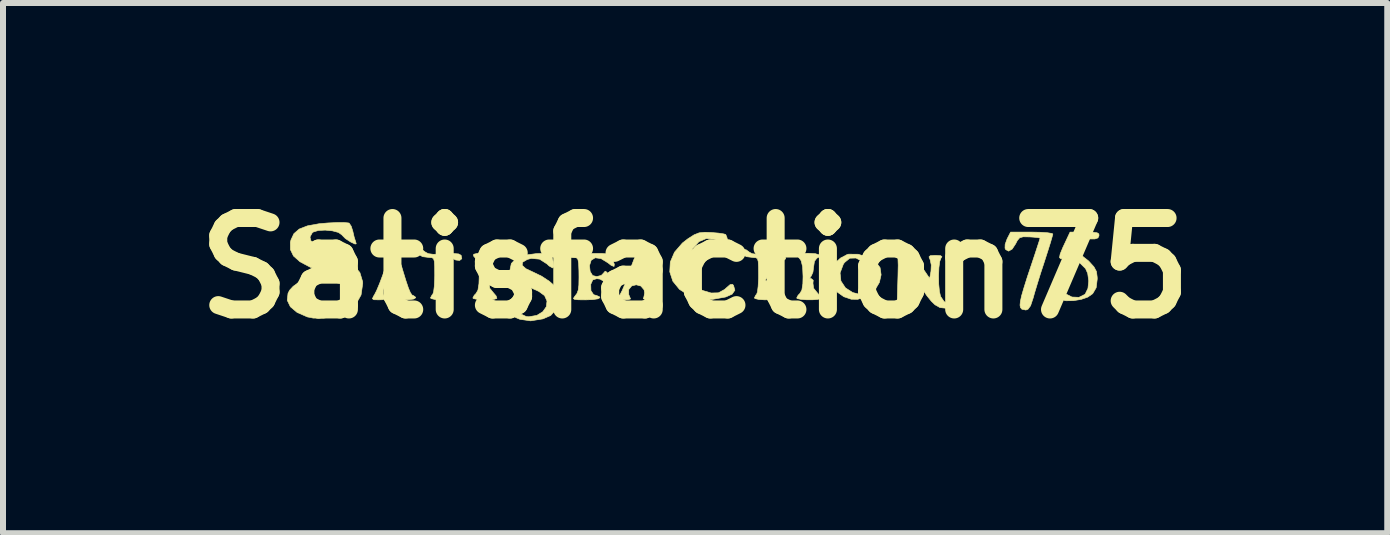
<source format=kicad_pcb>
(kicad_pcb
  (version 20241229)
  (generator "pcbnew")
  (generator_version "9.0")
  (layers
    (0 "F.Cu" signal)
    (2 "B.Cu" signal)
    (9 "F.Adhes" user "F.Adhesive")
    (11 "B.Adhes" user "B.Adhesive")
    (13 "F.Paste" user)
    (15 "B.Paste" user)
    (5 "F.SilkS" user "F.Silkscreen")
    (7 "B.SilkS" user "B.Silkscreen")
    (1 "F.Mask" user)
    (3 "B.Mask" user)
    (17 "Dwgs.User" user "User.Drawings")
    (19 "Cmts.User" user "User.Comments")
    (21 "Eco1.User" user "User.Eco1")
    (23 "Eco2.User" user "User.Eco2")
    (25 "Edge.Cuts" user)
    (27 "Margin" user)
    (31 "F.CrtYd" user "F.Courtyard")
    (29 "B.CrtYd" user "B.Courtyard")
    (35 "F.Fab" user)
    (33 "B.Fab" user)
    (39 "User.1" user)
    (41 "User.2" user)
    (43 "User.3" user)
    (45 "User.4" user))
  (footprint "Satisfaction75"
    (layer "F.Cu")
    (at 8.534 1.418)
    (property "Reference" "Satisfaction75" (at 0 0 0) (layer "F.SilkS") (effects (font (size 1.524 1.524) (thickness 0.3))))
    (attr through_hole)
    (fp_poly (pts (xy -3.392 -0.24) (xy -3.326 -0.22) (xy -3.319 -0.193) (xy -3.369 -0.164) (xy -3.409 -0.113) (xy -3.422 -0.026) (xy -3.434 0.068) (xy -3.463 0.133) (xy -3.464 0.134) (xy -3.488 0.169) (xy -3.46 0.176) (xy -3.429 0.203) (xy -3.433 0.251) (xy -3.422 0.336) (xy -3.367 0.404) (xy -3.316 0.464) (xy -3.303 0.504) (xy -3.305 0.506) (xy -3.351 0.521) (xy -3.438 0.528) (xy -3.539 0.528) (xy -3.633 0.521) (xy -3.693 0.508) (xy -3.704 0.498) (xy -3.68 0.452) (xy -3.651 0.423) (xy -3.619 0.367) (xy -3.602 0.26) (xy -3.598 0.139) (xy -3.606 -0.021) (xy -3.63 -0.121) (xy -3.651 -0.154) (xy -3.693 -0.203) (xy -3.69 -0.231) (xy -3.634 -0.244) (xy -3.516 -0.247) (xy -3.51 -0.247) (xy -3.392 -0.24)) (stroke (width 0.01) (type solid)) (fill yes) (layer "F.SilkS"))
    (fp_poly (pts (xy 2.005 -0.24) (xy 2.071 -0.22) (xy 2.079 -0.193) (xy 2.028 -0.164) (xy 1.989 -0.113) (xy 1.976 -0.026) (xy 1.964 0.068) (xy 1.935 0.133) (xy 1.933 0.134) (xy 1.91 0.169) (xy 1.937 0.176) (xy 1.969 0.203) (xy 1.964 0.251) (xy 1.975 0.336) (xy 2.03 0.404) (xy 2.082 0.464) (xy 2.094 0.504) (xy 2.093 0.506) (xy 2.046 0.521) (xy 1.96 0.528) (xy 1.858 0.528) (xy 1.765 0.521) (xy 1.704 0.508) (xy 1.693 0.498) (xy 1.717 0.452) (xy 1.746 0.423) (xy 1.779 0.367) (xy 1.796 0.26) (xy 1.799 0.139) (xy 1.792 -0.021) (xy 1.768 -0.121) (xy 1.746 -0.154) (xy 1.704 -0.203) (xy 1.707 -0.231) (xy 1.764 -0.244) (xy 1.882 -0.247) (xy 1.887 -0.247) (xy 2.005 -0.24)) (stroke (width 0.01) (type solid)) (fill yes) (layer "F.SilkS"))
    (fp_poly (pts (xy 2.717 -0.231) (xy 2.885 -0.179) (xy 3.014 -0.101) (xy 3.083 -0.007) (xy 3.1 0.112) (xy 3.071 0.239) (xy 3 0.358) (xy 2.892 0.452) (xy 2.84 0.478) (xy 2.712 0.52) (xy 2.603 0.519) (xy 2.479 0.477) (xy 2.374 0.403) (xy 2.284 0.293) (xy 2.23 0.172) (xy 2.223 0.116) (xy 2.234 0.08) (xy 2.416 0.08) (xy 2.43 0.215) (xy 2.506 0.33) (xy 2.626 0.407) (xy 2.737 0.436) (xy 2.813 0.406) (xy 2.86 0.328) (xy 2.882 0.234) (xy 2.893 0.119) (xy 2.893 0.106) (xy 2.878 -0.005) (xy 2.824 -0.083) (xy 2.8 -0.103) (xy 2.681 -0.168) (xy 2.577 -0.165) (xy 2.489 -0.092) (xy 2.469 -0.062) (xy 2.416 0.08) (xy 2.234 0.08) (xy 2.252 0.023) (xy 2.325 -0.079) (xy 2.425 -0.168) (xy 2.53 -0.224) (xy 2.558 -0.232) (xy 2.717 -0.231)) (stroke (width 0.01) (type solid)) (fill yes) (layer "F.SilkS"))
    (fp_poly (pts (xy 0.272 -0.593) (xy 0.39 -0.583) (xy 0.476 -0.57) (xy 0.51 -0.56) (xy 0.529 -0.516) (xy 0.55 -0.433) (xy 0.552 -0.421) (xy 0.577 -0.301) (xy 0.462 -0.397) (xy 0.323 -0.48) (xy 0.188 -0.493) (xy 0.064 -0.441) (xy -0.041 -0.325) (xy -0.091 -0.227) (xy -0.132 -0.1) (xy -0.134 0.015) (xy -0.095 0.149) (xy -0.085 0.173) (xy -0.023 0.282) (xy 0.07 0.351) (xy 0.109 0.368) (xy 0.267 0.415) (xy 0.389 0.412) (xy 0.492 0.356) (xy 0.518 0.332) (xy 0.584 0.275) (xy 0.623 0.27) (xy 0.64 0.288) (xy 0.663 0.368) (xy 0.617 0.434) (xy 0.511 0.481) (xy 0.29 0.521) (xy 0.074 0.511) (xy -0.09 0.463) (xy -0.26 0.354) (xy -0.371 0.218) (xy -0.422 0.062) (xy -0.413 -0.102) (xy -0.343 -0.265) (xy -0.212 -0.417) (xy -0.121 -0.488) (xy -0.016 -0.555) (xy 0.068 -0.588) (xy 0.163 -0.597) (xy 0.272 -0.593)) (stroke (width 0.01) (type solid)) (fill yes) (layer "F.SilkS"))
    (fp_poly (pts (xy 5.758 -0.597) (xy 5.875 -0.589) (xy 5.947 -0.577) (xy 5.962 -0.568) (xy 5.951 -0.525) (xy 5.923 -0.428) (xy 5.88 -0.291) (xy 5.828 -0.129) (xy 5.819 -0.101) (xy 5.759 0.082) (xy 5.704 0.259) (xy 5.659 0.408) (xy 5.63 0.511) (xy 5.629 0.512) (xy 5.591 0.627) (xy 5.548 0.685) (xy 5.513 0.699) (xy 5.446 0.685) (xy 5.422 0.657) (xy 5.415 0.617) (xy 5.421 0.555) (xy 5.441 0.462) (xy 5.48 0.329) (xy 5.537 0.147) (xy 5.612 -0.077) (xy 5.665 -0.236) (xy 5.708 -0.368) (xy 5.738 -0.46) (xy 5.75 -0.5) (xy 5.75 -0.5) (xy 5.718 -0.508) (xy 5.637 -0.516) (xy 5.575 -0.52) (xy 5.469 -0.522) (xy 5.409 -0.506) (xy 5.37 -0.46) (xy 5.342 -0.405) (xy 5.284 -0.317) (xy 5.225 -0.283) (xy 5.177 -0.308) (xy 5.165 -0.332) (xy 5.167 -0.395) (xy 5.198 -0.482) (xy 5.202 -0.491) (xy 5.258 -0.6) (xy 5.61 -0.6) (xy 5.758 -0.597)) (stroke (width 0.01) (type solid)) (fill yes) (layer "F.SilkS"))
    (fp_poly (pts (xy -4.546 -0.305) (xy -4.496 -0.267) (xy -4.448 -0.241) (xy -4.366 -0.23) (xy -4.233 -0.233) (xy -4.186 -0.237) (xy -4.032 -0.244) (xy -3.94 -0.236) (xy -3.899 -0.213) (xy -3.888 -0.156) (xy -3.925 -0.127) (xy -3.99 -0.135) (xy -4.027 -0.155) (xy -4.101 -0.2) (xy -4.142 -0.198) (xy -4.16 -0.14) (xy -4.163 -0.042) (xy -4.171 0.067) (xy -4.192 0.148) (xy -4.205 0.169) (xy -4.23 0.204) (xy -4.205 0.212) (xy -4.175 0.242) (xy -4.163 0.318) (xy -4.163 0.319) (xy -4.146 0.405) (xy -4.11 0.446) (xy -4.058 0.478) (xy -4.071 0.505) (xy -4.14 0.524) (xy -4.233 0.529) (xy -4.334 0.523) (xy -4.398 0.508) (xy -4.41 0.496) (xy -4.384 0.448) (xy -4.374 0.441) (xy -4.358 0.398) (xy -4.346 0.302) (xy -4.34 0.172) (xy -4.339 0.121) (xy -4.34 -0.023) (xy -4.345 -0.111) (xy -4.359 -0.157) (xy -4.386 -0.174) (xy -4.424 -0.176) (xy -4.543 -0.191) (xy -4.61 -0.233) (xy -4.621 -0.268) (xy -4.6 -0.312) (xy -4.546 -0.305)) (stroke (width 0.01) (type solid)) (fill yes) (layer "F.SilkS"))
    (fp_poly (pts (xy 0.851 -0.305) (xy 0.902 -0.267) (xy 0.949 -0.241) (xy 1.032 -0.23) (xy 1.164 -0.233) (xy 1.212 -0.237) (xy 1.365 -0.244) (xy 1.458 -0.236) (xy 1.498 -0.213) (xy 1.51 -0.156) (xy 1.473 -0.127) (xy 1.407 -0.135) (xy 1.371 -0.155) (xy 1.296 -0.2) (xy 1.255 -0.198) (xy 1.238 -0.14) (xy 1.235 -0.042) (xy 1.226 0.067) (xy 1.205 0.148) (xy 1.192 0.169) (xy 1.168 0.204) (xy 1.192 0.212) (xy 1.222 0.242) (xy 1.235 0.318) (xy 1.235 0.319) (xy 1.251 0.405) (xy 1.288 0.446) (xy 1.339 0.478) (xy 1.327 0.505) (xy 1.257 0.524) (xy 1.164 0.529) (xy 1.064 0.523) (xy 1 0.508) (xy 0.988 0.496) (xy 1.013 0.448) (xy 1.023 0.441) (xy 1.039 0.398) (xy 1.051 0.302) (xy 1.058 0.172) (xy 1.058 0.121) (xy 1.057 -0.023) (xy 1.052 -0.111) (xy 1.038 -0.157) (xy 1.012 -0.174) (xy 0.973 -0.176) (xy 0.854 -0.191) (xy 0.787 -0.233) (xy 0.776 -0.268) (xy 0.798 -0.312) (xy 0.851 -0.305)) (stroke (width 0.01) (type solid)) (fill yes) (layer "F.SilkS"))
    (fp_poly (pts (xy 3.42 -0.359) (xy 3.513 -0.316) (xy 3.594 -0.248) (xy 3.688 -0.144) (xy 3.769 -0.035) (xy 3.909 0.173) (xy 3.931 0.052) (xy 3.936 -0.052) (xy 3.918 -0.137) (xy 3.916 -0.141) (xy 3.898 -0.187) (xy 3.92 -0.207) (xy 3.997 -0.212) (xy 4.01 -0.212) (xy 4.092 -0.207) (xy 4.114 -0.19) (xy 4.099 -0.169) (xy 4.077 -0.112) (xy 4.063 -0.006) (xy 4.058 0.127) (xy 4.06 0.266) (xy 4.072 0.39) (xy 4.091 0.472) (xy 4.146 0.553) (xy 4.223 0.614) (xy 4.322 0.667) (xy 4.185 0.669) (xy 4.081 0.658) (xy 3.998 0.611) (xy 3.938 0.553) (xy 3.865 0.463) (xy 3.777 0.337) (xy 3.692 0.202) (xy 3.687 0.193) (xy 3.545 -0.051) (xy 3.535 0.174) (xy 3.535 0.298) (xy 3.545 0.394) (xy 3.561 0.436) (xy 3.596 0.49) (xy 3.566 0.521) (xy 3.484 0.529) (xy 3.369 0.529) (xy 3.381 0.136) (xy 3.385 -0.049) (xy 3.38 -0.176) (xy 3.363 -0.255) (xy 3.329 -0.297) (xy 3.274 -0.314) (xy 3.217 -0.317) (xy 3.163 -0.33) (xy 3.157 -0.353) (xy 3.213 -0.383) (xy 3.309 -0.385) (xy 3.42 -0.359)) (stroke (width 0.01) (type solid)) (fill yes) (layer "F.SilkS"))
    (fp_poly (pts (xy 6.626 -0.598) (xy 6.699 -0.589) (xy 6.729 -0.57) (xy 6.731 -0.538) (xy 6.713 -0.503) (xy 6.664 -0.486) (xy 6.569 -0.486) (xy 6.524 -0.488) (xy 6.41 -0.492) (xy 6.346 -0.482) (xy 6.309 -0.45) (xy 6.286 -0.407) (xy 6.251 -0.313) (xy 6.257 -0.264) (xy 6.31 -0.248) (xy 6.337 -0.247) (xy 6.435 -0.215) (xy 6.554 -0.122) (xy 6.566 -0.11) (xy 6.648 -0.019) (xy 6.689 0.058) (xy 6.701 0.15) (xy 6.702 0.181) (xy 6.684 0.327) (xy 6.626 0.426) (xy 6.544 0.483) (xy 6.435 0.521) (xy 6.302 0.543) (xy 6.183 0.544) (xy 6.156 0.539) (xy 6.054 0.493) (xy 6.001 0.426) (xy 5.997 0.401) (xy 6.019 0.358) (xy 6.08 0.368) (xy 6.164 0.423) (xy 6.28 0.482) (xy 6.397 0.487) (xy 6.494 0.439) (xy 6.503 0.429) (xy 6.547 0.338) (xy 6.56 0.214) (xy 6.543 0.088) (xy 6.507 0.008) (xy 6.416 -0.082) (xy 6.3 -0.144) (xy 6.187 -0.165) (xy 6.152 -0.161) (xy 6.096 -0.154) (xy 6.073 -0.175) (xy 6.084 -0.235) (xy 6.128 -0.342) (xy 6.159 -0.408) (xy 6.249 -0.6) (xy 6.496 -0.6) (xy 6.626 -0.598)) (stroke (width 0.01) (type solid)) (fill yes) (layer "F.SilkS"))
    (fp_poly (pts (xy -4.976 -0.223) (xy -4.934 -0.147) (xy -4.886 -0.011) (xy -4.875 0.027) (xy -4.819 0.21) (xy -4.777 0.334) (xy -4.744 0.411) (xy -4.717 0.449) (xy -4.693 0.459) (xy -4.658 0.485) (xy -4.657 0.494) (xy -4.688 0.515) (xy -4.768 0.527) (xy -4.82 0.529) (xy -4.918 0.525) (xy -4.955 0.51) (xy -4.947 0.485) (xy -4.93 0.414) (xy -4.942 0.362) (xy -4.995 0.299) (xy -5.073 0.278) (xy -5.15 0.297) (xy -5.197 0.356) (xy -5.198 0.36) (xy -5.199 0.441) (xy -5.18 0.483) (xy -5.169 0.514) (xy -5.21 0.527) (xy -5.271 0.529) (xy -5.354 0.527) (xy -5.378 0.51) (xy -5.357 0.465) (xy -5.345 0.447) (xy -5.307 0.373) (xy -5.258 0.256) (xy -5.208 0.123) (xy -5.207 0.121) (xy -5.206 0.117) (xy -5.112 0.117) (xy -5.104 0.183) (xy -5.06 0.212) (xy -5.058 0.212) (xy -5.018 0.193) (xy -5.022 0.132) (xy -5.04 0.055) (xy -5.045 0.018) (xy -5.06 0.011) (xy -5.08 0.035) (xy -5.112 0.117) (xy -5.206 0.117) (xy -5.151 -0.04) (xy -5.112 -0.145) (xy -5.083 -0.207) (xy -5.058 -0.237) (xy -5.032 -0.246) (xy -5.014 -0.247) (xy -4.976 -0.223)) (stroke (width 0.01) (type solid)) (fill yes) (layer "F.SilkS"))
    (fp_poly (pts (xy -0.883 -0.223) (xy -0.842 -0.147) (xy -0.794 -0.011) (xy -0.783 0.027) (xy -0.727 0.21) (xy -0.685 0.334) (xy -0.652 0.411) (xy -0.625 0.449) (xy -0.6 0.459) (xy -0.566 0.485) (xy -0.564 0.494) (xy -0.596 0.515) (xy -0.676 0.527) (xy -0.728 0.529) (xy -0.825 0.525) (xy -0.863 0.51) (xy -0.855 0.485) (xy -0.838 0.414) (xy -0.85 0.362) (xy -0.903 0.299) (xy -0.981 0.278) (xy -1.057 0.297) (xy -1.105 0.356) (xy -1.106 0.36) (xy -1.106 0.441) (xy -1.088 0.483) (xy -1.076 0.514) (xy -1.117 0.527) (xy -1.178 0.529) (xy -1.261 0.527) (xy -1.286 0.51) (xy -1.265 0.465) (xy -1.253 0.447) (xy -1.215 0.373) (xy -1.165 0.256) (xy -1.116 0.123) (xy -1.115 0.121) (xy -1.114 0.117) (xy -1.02 0.117) (xy -1.012 0.183) (xy -0.967 0.212) (xy -0.966 0.212) (xy -0.926 0.193) (xy -0.93 0.132) (xy -0.948 0.055) (xy -0.953 0.018) (xy -0.968 0.011) (xy -0.988 0.035) (xy -1.02 0.117) (xy -1.114 0.117) (xy -1.059 -0.04) (xy -1.019 -0.145) (xy -0.991 -0.207) (xy -0.966 -0.237) (xy -0.94 -0.246) (xy -0.922 -0.247) (xy -0.883 -0.223)) (stroke (width 0.01) (type solid)) (fill yes) (layer "F.SilkS"))
    (fp_poly (pts (xy -1.553 -0.244) (xy -1.47 -0.237) (xy -1.422 -0.218) (xy -1.394 -0.182) (xy -1.381 -0.157) (xy -1.346 -0.064) (xy -1.351 -0.027) (xy -1.399 -0.046) (xy -1.451 -0.087) (xy -1.568 -0.159) (xy -1.665 -0.172) (xy -1.732 -0.131) (xy -1.76 -0.041) (xy -1.749 0.056) (xy -1.708 0.124) (xy -1.639 0.141) (xy -1.564 0.122) (xy -1.53 0.088) (xy -1.498 0.051) (xy -1.466 0.071) (xy -1.447 0.137) (xy -1.446 0.161) (xy -1.462 0.23) (xy -1.499 0.245) (xy -1.535 0.212) (xy -1.583 0.184) (xy -1.638 0.176) (xy -1.705 0.196) (xy -1.738 0.268) (xy -1.739 0.273) (xy -1.736 0.376) (xy -1.691 0.443) (xy -1.636 0.459) (xy -1.592 0.479) (xy -1.587 0.494) (xy -1.62 0.512) (xy -1.706 0.525) (xy -1.822 0.529) (xy -1.946 0.528) (xy -2.01 0.521) (xy -2.028 0.506) (xy -2.01 0.477) (xy -2.002 0.467) (xy -1.968 0.422) (xy -1.947 0.365) (xy -1.937 0.282) (xy -1.935 0.155) (xy -1.936 0.044) (xy -1.941 -0.077) (xy -1.952 -0.143) (xy -1.977 -0.172) (xy -2.02 -0.179) (xy -2.075 -0.183) (xy -2.062 -0.197) (xy -2.028 -0.212) (xy -1.96 -0.227) (xy -1.844 -0.238) (xy -1.705 -0.244) (xy -1.69 -0.244) (xy -1.553 -0.244)) (stroke (width 0.01) (type solid)) (fill yes) (layer "F.SilkS"))
    (fp_poly (pts (xy -2.399 -0.242) (xy -2.399 -0.242) (xy -2.39 -0.203) (xy -2.369 -0.124) (xy -2.366 -0.114) (xy -2.352 -0.028) (xy -2.374 -0.002) (xy -2.433 -0.036) (xy -2.469 -0.07) (xy -2.592 -0.149) (xy -2.73 -0.162) (xy -2.797 -0.144) (xy -2.875 -0.098) (xy -2.882 -0.047) (xy -2.82 0.01) (xy -2.69 0.071) (xy -2.556 0.136) (xy -2.429 0.22) (xy -2.368 0.273) (xy -2.296 0.357) (xy -2.265 0.427) (xy -2.265 0.513) (xy -2.268 0.536) (xy -2.314 0.687) (xy -2.407 0.79) (xy -2.536 0.846) (xy -2.741 0.879) (xy -2.92 0.853) (xy -2.99 0.824) (xy -3.093 0.745) (xy -3.131 0.651) (xy -3.105 0.555) (xy -3.014 0.468) (xy -2.989 0.453) (xy -2.913 0.437) (xy -2.885 0.452) (xy -2.881 0.488) (xy -2.925 0.51) (xy -2.983 0.555) (xy -2.992 0.624) (xy -2.961 0.7) (xy -2.899 0.767) (xy -2.814 0.807) (xy -2.771 0.811) (xy -2.637 0.788) (xy -2.538 0.727) (xy -2.479 0.643) (xy -2.468 0.549) (xy -2.508 0.459) (xy -2.605 0.388) (xy -2.605 0.388) (xy -2.791 0.304) (xy -2.922 0.24) (xy -3.007 0.191) (xy -3.057 0.148) (xy -3.08 0.105) (xy -3.087 0.055) (xy -3.087 0.039) (xy -3.062 -0.077) (xy -2.983 -0.161) (xy -2.847 -0.215) (xy -2.648 -0.241) (xy -2.645 -0.241) (xy -2.523 -0.246) (xy -2.436 -0.247) (xy -2.399 -0.242)) (stroke (width 0.01) (type solid)) (fill yes) (layer "F.SilkS"))
    (fp_poly (pts (xy -5.78 -0.753) (xy -5.765 -0.749) (xy -5.731 -0.698) (xy -5.705 -0.617) (xy -5.682 -0.518) (xy -5.659 -0.446) (xy -5.647 -0.405) (xy -5.667 -0.401) (xy -5.733 -0.432) (xy -5.743 -0.437) (xy -5.828 -0.493) (xy -5.884 -0.55) (xy -5.886 -0.553) (xy -5.943 -0.594) (xy -6.044 -0.621) (xy -6.165 -0.633) (xy -6.279 -0.627) (xy -6.362 -0.602) (xy -6.381 -0.587) (xy -6.418 -0.519) (xy -6.405 -0.458) (xy -6.335 -0.399) (xy -6.204 -0.335) (xy -6.12 -0.302) (xy -5.879 -0.191) (xy -5.7 -0.064) (xy -5.586 0.076) (xy -5.54 0.228) (xy -5.539 0.255) (xy -5.567 0.448) (xy -5.654 0.602) (xy -5.802 0.721) (xy -5.832 0.737) (xy -6.001 0.8) (xy -6.188 0.833) (xy -6.365 0.833) (xy -6.461 0.814) (xy -6.632 0.739) (xy -6.745 0.644) (xy -6.797 0.536) (xy -6.784 0.42) (xy -6.757 0.368) (xy -6.698 0.304) (xy -6.613 0.243) (xy -6.526 0.198) (xy -6.457 0.179) (xy -6.434 0.186) (xy -6.423 0.237) (xy -6.457 0.29) (xy -6.517 0.317) (xy -6.525 0.318) (xy -6.584 0.343) (xy -6.603 0.409) (xy -6.584 0.497) (xy -6.53 0.591) (xy -6.487 0.638) (xy -6.395 0.709) (xy -6.302 0.736) (xy -6.184 0.726) (xy -6.095 0.704) (xy -5.96 0.638) (xy -5.881 0.529) (xy -5.856 0.383) (xy -5.867 0.284) (xy -5.907 0.21) (xy -5.988 0.151) (xy -6.122 0.094) (xy -6.182 0.073) (xy -6.416 -0.016) (xy -6.585 -0.106) (xy -6.693 -0.202) (xy -6.744 -0.308) (xy -6.745 -0.429) (xy -6.735 -0.47) (xy -6.686 -0.574) (xy -6.597 -0.651) (xy -6.46 -0.704) (xy -6.268 -0.739) (xy -6.121 -0.752) (xy -5.975 -0.759) (xy -5.856 -0.76) (xy -5.78 -0.753)) (stroke (width 0.01) (type solid)) (fill yes) (layer "F.SilkS")))
  (gr_rect
    (start -3 -3)
    (end 20.069 5.836)
    (stroke (width 0.1) (type default))
    (fill no)
    (layer "Edge.Cuts")))
</source>
